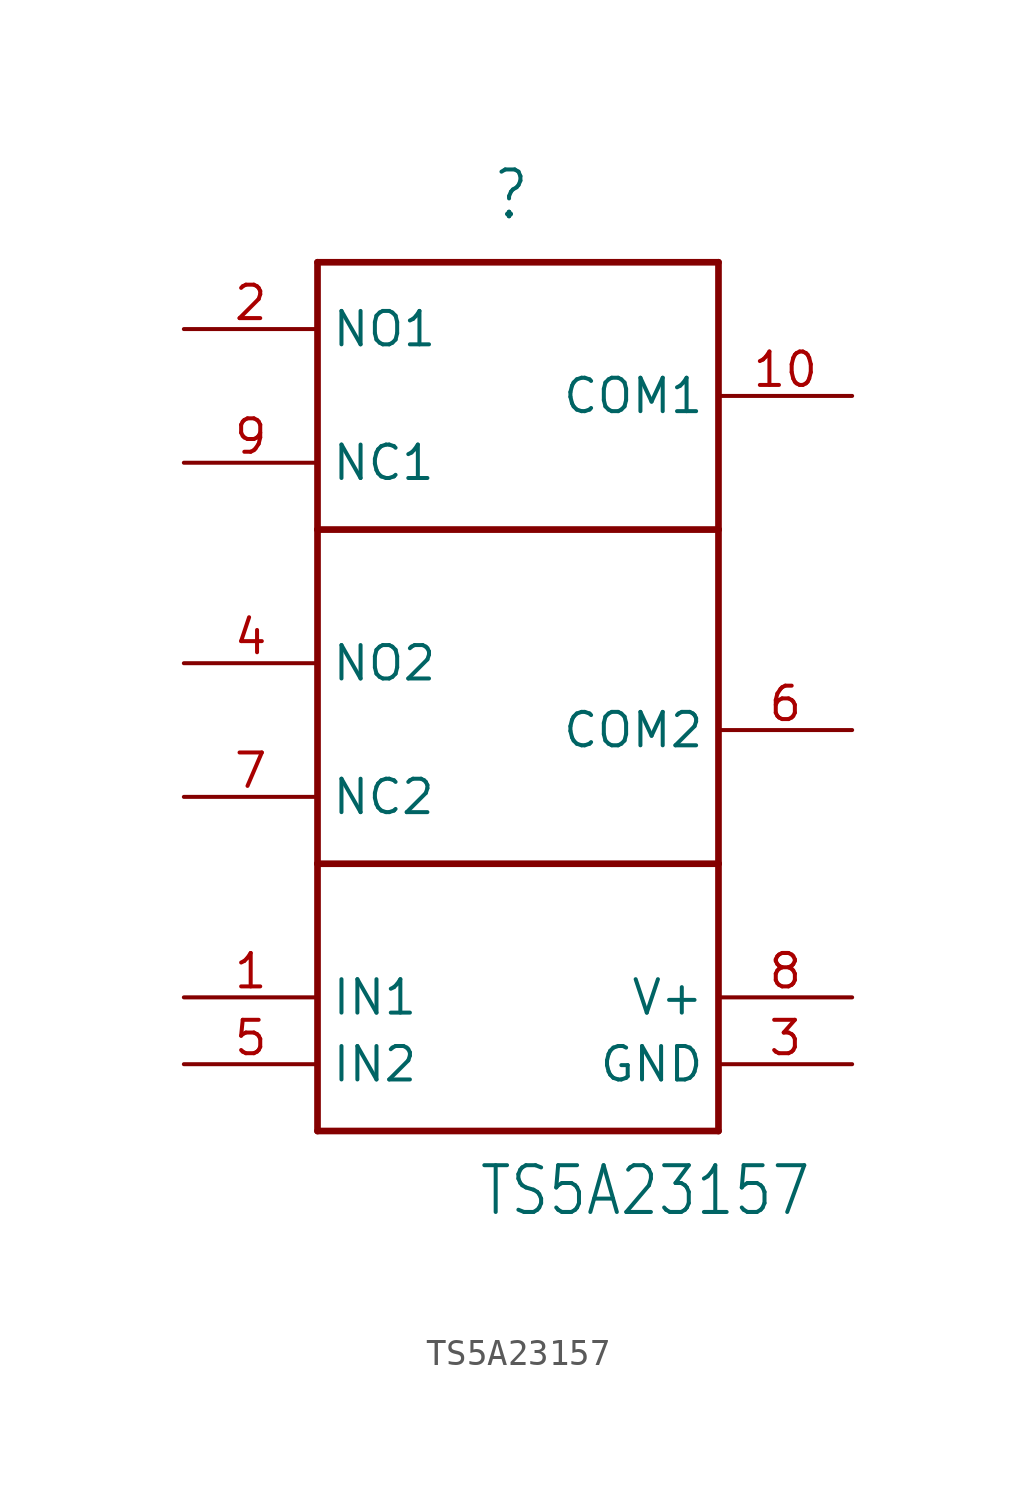
<source format=kicad_sym>
(kicad_symbol_lib
  (version 20211014)
  (generator kicad_symbol_editor)
  (symbol "TS5A23157"
    (property "Reference" ""
      (at 6.604 34.544 0)
      (effects (font (size 1.778 1.511)) (justify left bottom)))
    (property "Value" "TS5A23157"
      (at 6.096 -3.302 0)
      (effects (font (size 1.778 1.511)) (justify left bottom)))
    (property "ki_locked" ""
      (at 0 0 0)
      (effects (font (size 1.27 1.27))))
    (symbol "TS5A23157_1_0"
      (polyline (pts (xy 0 0) (xy 15.24 0)) (stroke (width 0.254) (type default) (color 0 0 0 0)) (fill (type none)))
      (polyline (pts (xy 0 10.16) (xy 0 0)) (stroke (width 0.254) (type default) (color 0 0 0 0)) (fill (type none)))
      (polyline (pts (xy 0 10.16) (xy 15.24 10.16)) (stroke (width 0.254) (type default) (color 0 0 0 0)) (fill (type none)))
      (polyline (pts (xy 0 22.86) (xy 0 10.16)) (stroke (width 0.254) (type default) (color 0 0 0 0)) (fill (type none)))
      (polyline (pts (xy 0 22.86) (xy 15.24 22.86)) (stroke (width 0.254) (type default) (color 0 0 0 0)) (fill (type none)))
      (polyline (pts (xy 0 33.02) (xy 0 22.86)) (stroke (width 0.254) (type default) (color 0 0 0 0)) (fill (type none)))
      (polyline (pts (xy 15.24 0) (xy 15.24 10.16)) (stroke (width 0.254) (type default) (color 0 0 0 0)) (fill (type none)))
      (polyline (pts (xy 15.24 10.16) (xy 15.24 22.86)) (stroke (width 0.254) (type default) (color 0 0 0 0)) (fill (type none)))
      (polyline (pts (xy 15.24 22.86) (xy 15.24 33.02)) (stroke (width 0.254) (type default) (color 0 0 0 0)) (fill (type none)))
      (polyline (pts (xy 15.24 33.02) (xy 0 33.02)) (stroke (width 0.254) (type default) (color 0 0 0 0)) (fill (type none)))
      (pin bidirectional line (at -5.08 5.08 0) (length 5.08) (name "IN1" (effects (font (size 1.27 1.27)))) (number "1" (effects (font (size 1.27 1.27)))))
      (pin bidirectional line (at 20.32 27.94 180) (length 5.08) (name "COM1" (effects (font (size 1.27 1.27)))) (number "10" (effects (font (size 1.27 1.27)))))
      (pin bidirectional line (at -5.08 30.48 0) (length 5.08) (name "NO1" (effects (font (size 1.27 1.27)))) (number "2" (effects (font (size 1.27 1.27)))))
      (pin bidirectional line (at 20.32 2.54 180) (length 5.08) (name "GND" (effects (font (size 1.27 1.27)))) (number "3" (effects (font (size 1.27 1.27)))))
      (pin bidirectional line (at -5.08 17.78 0) (length 5.08) (name "NO2" (effects (font (size 1.27 1.27)))) (number "4" (effects (font (size 1.27 1.27)))))
      (pin bidirectional line (at -5.08 2.54 0) (length 5.08) (name "IN2" (effects (font (size 1.27 1.27)))) (number "5" (effects (font (size 1.27 1.27)))))
      (pin bidirectional line (at 20.32 15.24 180) (length 5.08) (name "COM2" (effects (font (size 1.27 1.27)))) (number "6" (effects (font (size 1.27 1.27)))))
      (pin bidirectional line (at -5.08 12.7 0) (length 5.08) (name "NC2" (effects (font (size 1.27 1.27)))) (number "7" (effects (font (size 1.27 1.27)))))
      (pin bidirectional line (at 20.32 5.08 180) (length 5.08) (name "V+" (effects (font (size 1.27 1.27)))) (number "8" (effects (font (size 1.27 1.27)))))
      (pin bidirectional line (at -5.08 25.4 0) (length 5.08) (name "NC1" (effects (font (size 1.27 1.27)))) (number "9" (effects (font (size 1.27 1.27))))))))
</source>
